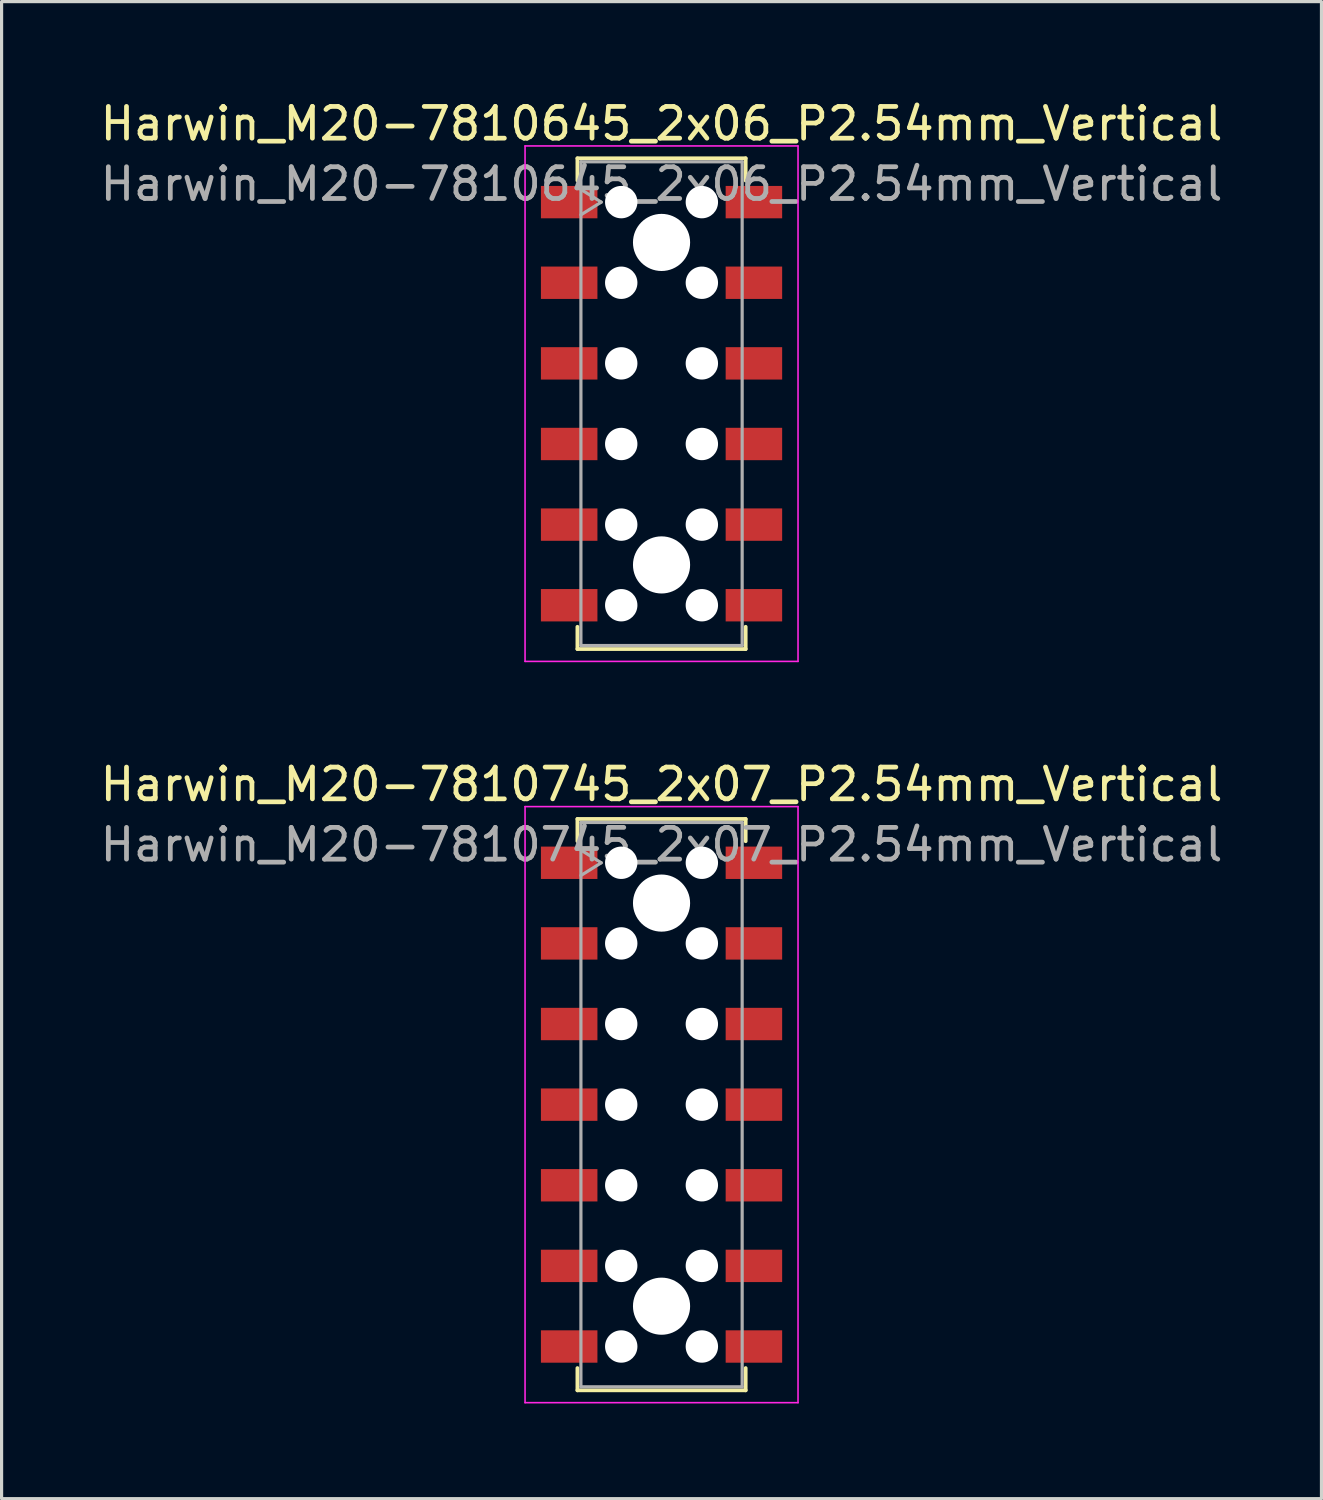
<source format=kicad_pcb>
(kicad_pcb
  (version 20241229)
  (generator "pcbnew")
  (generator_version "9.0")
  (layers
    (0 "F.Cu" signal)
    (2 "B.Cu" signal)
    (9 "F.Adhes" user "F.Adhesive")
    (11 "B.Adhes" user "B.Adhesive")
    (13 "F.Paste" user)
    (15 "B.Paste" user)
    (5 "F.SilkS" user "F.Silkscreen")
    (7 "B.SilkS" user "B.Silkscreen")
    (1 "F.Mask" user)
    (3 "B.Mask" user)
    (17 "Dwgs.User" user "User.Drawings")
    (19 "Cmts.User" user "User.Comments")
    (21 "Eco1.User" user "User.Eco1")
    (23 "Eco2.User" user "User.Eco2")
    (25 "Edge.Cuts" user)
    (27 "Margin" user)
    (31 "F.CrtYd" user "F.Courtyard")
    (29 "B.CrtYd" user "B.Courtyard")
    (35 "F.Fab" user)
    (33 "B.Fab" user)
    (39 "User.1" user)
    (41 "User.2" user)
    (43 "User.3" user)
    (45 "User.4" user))
  (footprint "Harwin_M20-7810745_2x07_P2.54mm_Vertical"
    (layer "F.Cu")
    (at 17.792 31.752)
    (property "Reference" "Harwin_M20-7810745_2x07_P2.54mm_Vertical" (at 0 -10.09 0) (layer "F.SilkS") (effects (font (size 1 1) (thickness 0.15))))
    (attr smd)
    (fp_line (start -2.65 -9) (end 2.65 -9) (stroke (width 0.12) (type solid)) (layer "F.SilkS"))
    (fp_line (start -2.65 -8.3) (end -2.65 -9) (stroke (width 0.12) (type solid)) (layer "F.SilkS"))
    (fp_line (start -2.65 8.3) (end -2.65 9) (stroke (width 0.12) (type solid)) (layer "F.SilkS"))
    (fp_line (start -2.65 9) (end 2.65 9) (stroke (width 0.12) (type solid)) (layer "F.SilkS"))
    (fp_line (start 2.65 -9) (end 2.65 -8.3) (stroke (width 0.12) (type solid)) (layer "F.SilkS"))
    (fp_line (start 2.65 9) (end 2.65 8.3) (stroke (width 0.12) (type solid)) (layer "F.SilkS"))
    (fp_line (start -4.3 -9.39) (end 4.3 -9.39) (stroke (width 0.05) (type solid)) (layer "F.CrtYd"))
    (fp_line (start -4.3 9.39) (end -4.3 -9.39) (stroke (width 0.05) (type solid)) (layer "F.CrtYd"))
    (fp_line (start 4.3 -9.39) (end 4.3 9.39) (stroke (width 0.05) (type solid)) (layer "F.CrtYd"))
    (fp_line (start 4.3 9.39) (end -4.3 9.39) (stroke (width 0.05) (type solid)) (layer "F.CrtYd"))
    (fp_line (start -2.54 -8.89) (end 2.54 -8.89) (stroke (width 0.1) (type solid)) (layer "F.Fab"))
    (fp_line (start -2.54 -8.02) (end -1.9 -7.62) (stroke (width 0.1) (type solid)) (layer "F.Fab"))
    (fp_line (start -2.54 8.89) (end -2.54 -8.89) (stroke (width 0.1) (type solid)) (layer "F.Fab"))
    (fp_line (start -1.9 -7.62) (end -2.54 -7.22) (stroke (width 0.1) (type solid)) (layer "F.Fab"))
    (fp_line (start 2.54 -8.89) (end 2.54 8.89) (stroke (width 0.1) (type solid)) (layer "F.Fab"))
    (fp_line (start 2.54 8.89) (end -2.54 8.89) (stroke (width 0.1) (type solid)) (layer "F.Fab"))
    (fp_text user "${REFERENCE}" (at 0 -8.19 0) (layer "F.Fab") (effects (font (size 1 1) (thickness 0.15))))
    (pad "" np_thru_hole circle (at -1.27 -7.62) (size 1.02 1.02) (drill 1.02) (layers "*.Cu" "*.Mask"))
    (pad "" np_thru_hole circle (at -1.27 -5.08) (size 1.02 1.02) (drill 1.02) (layers "*.Cu" "*.Mask"))
    (pad "" np_thru_hole circle (at -1.27 -2.54) (size 1.02 1.02) (drill 1.02) (layers "*.Cu" "*.Mask"))
    (pad "" np_thru_hole circle (at -1.27 0) (size 1.02 1.02) (drill 1.02) (layers "*.Cu" "*.Mask"))
    (pad "" np_thru_hole circle (at -1.27 2.54) (size 1.02 1.02) (drill 1.02) (layers "*.Cu" "*.Mask"))
    (pad "" np_thru_hole circle (at -1.27 5.08) (size 1.02 1.02) (drill 1.02) (layers "*.Cu" "*.Mask"))
    (pad "" np_thru_hole circle (at -1.27 7.62) (size 1.02 1.02) (drill 1.02) (layers "*.Cu" "*.Mask"))
    (pad "" np_thru_hole circle (at 0 -6.35) (size 1.8 1.8) (drill 1.8) (layers "*.Cu" "*.Mask"))
    (pad "" np_thru_hole circle (at 0 6.35) (size 1.8 1.8) (drill 1.8) (layers "*.Cu" "*.Mask"))
    (pad "" np_thru_hole circle (at 1.27 -7.62) (size 1.02 1.02) (drill 1.02) (layers "*.Cu" "*.Mask"))
    (pad "" np_thru_hole circle (at 1.27 -5.08) (size 1.02 1.02) (drill 1.02) (layers "*.Cu" "*.Mask"))
    (pad "" np_thru_hole circle (at 1.27 -2.54) (size 1.02 1.02) (drill 1.02) (layers "*.Cu" "*.Mask"))
    (pad "" np_thru_hole circle (at 1.27 0) (size 1.02 1.02) (drill 1.02) (layers "*.Cu" "*.Mask"))
    (pad "" np_thru_hole circle (at 1.27 2.54) (size 1.02 1.02) (drill 1.02) (layers "*.Cu" "*.Mask"))
    (pad "" np_thru_hole circle (at 1.27 5.08) (size 1.02 1.02) (drill 1.02) (layers "*.Cu" "*.Mask"))
    (pad "" np_thru_hole circle (at 1.27 7.62) (size 1.02 1.02) (drill 1.02) (layers "*.Cu" "*.Mask"))
    (pad "1" smd rect (at -2.91 -7.62) (size 1.78 1.02) (layers "F.Cu" "F.Mask" "F.Paste"))
    (pad "2" smd rect (at -2.91 -5.08) (size 1.78 1.02) (layers "F.Cu" "F.Mask" "F.Paste"))
    (pad "3" smd rect (at -2.91 -2.54) (size 1.78 1.02) (layers "F.Cu" "F.Mask" "F.Paste"))
    (pad "4" smd rect (at -2.91 0) (size 1.78 1.02) (layers "F.Cu" "F.Mask" "F.Paste"))
    (pad "5" smd rect (at -2.91 2.54) (size 1.78 1.02) (layers "F.Cu" "F.Mask" "F.Paste"))
    (pad "6" smd rect (at -2.91 5.08) (size 1.78 1.02) (layers "F.Cu" "F.Mask" "F.Paste"))
    (pad "7" smd rect (at -2.91 7.62) (size 1.78 1.02) (layers "F.Cu" "F.Mask" "F.Paste"))
    (pad "8" smd rect (at 2.91 -7.62) (size 1.78 1.02) (layers "F.Cu" "F.Mask" "F.Paste"))
    (pad "9" smd rect (at 2.91 -5.08) (size 1.78 1.02) (layers "F.Cu" "F.Mask" "F.Paste"))
    (pad "10" smd rect (at 2.91 -2.54) (size 1.78 1.02) (layers "F.Cu" "F.Mask" "F.Paste"))
    (pad "11" smd rect (at 2.91 0) (size 1.78 1.02) (layers "F.Cu" "F.Mask" "F.Paste"))
    (pad "12" smd rect (at 2.91 2.54) (size 1.78 1.02) (layers "F.Cu" "F.Mask" "F.Paste"))
    (pad "13" smd rect (at 2.91 5.08) (size 1.78 1.02) (layers "F.Cu" "F.Mask" "F.Paste"))
    (pad "14" smd rect (at 2.91 7.62) (size 1.78 1.02) (layers "F.Cu" "F.Mask" "F.Paste")))
  (footprint "Harwin_M20-7810645_2x06_P2.54mm_Vertical"
    (layer "F.Cu")
    (at 17.792 9.668)
    (property "Reference" "Harwin_M20-7810645_2x06_P2.54mm_Vertical" (at 0 -8.82 0) (layer "F.SilkS") (effects (font (size 1 1) (thickness 0.15))))
    (attr smd)
    (fp_line (start -2.65 -7.73) (end 2.65 -7.73) (stroke (width 0.12) (type solid)) (layer "F.SilkS"))
    (fp_line (start -2.65 -7.03) (end -2.65 -7.73) (stroke (width 0.12) (type solid)) (layer "F.SilkS"))
    (fp_line (start -2.65 7.03) (end -2.65 7.73) (stroke (width 0.12) (type solid)) (layer "F.SilkS"))
    (fp_line (start -2.65 7.73) (end 2.65 7.73) (stroke (width 0.12) (type solid)) (layer "F.SilkS"))
    (fp_line (start 2.65 -7.73) (end 2.65 -7.03) (stroke (width 0.12) (type solid)) (layer "F.SilkS"))
    (fp_line (start 2.65 7.73) (end 2.65 7.03) (stroke (width 0.12) (type solid)) (layer "F.SilkS"))
    (fp_line (start -4.3 -8.12) (end 4.3 -8.12) (stroke (width 0.05) (type solid)) (layer "F.CrtYd"))
    (fp_line (start -4.3 8.12) (end -4.3 -8.12) (stroke (width 0.05) (type solid)) (layer "F.CrtYd"))
    (fp_line (start 4.3 -8.12) (end 4.3 8.12) (stroke (width 0.05) (type solid)) (layer "F.CrtYd"))
    (fp_line (start 4.3 8.12) (end -4.3 8.12) (stroke (width 0.05) (type solid)) (layer "F.CrtYd"))
    (fp_line (start -2.54 -7.62) (end 2.54 -7.62) (stroke (width 0.1) (type solid)) (layer "F.Fab"))
    (fp_line (start -2.54 -6.75) (end -1.9 -6.35) (stroke (width 0.1) (type solid)) (layer "F.Fab"))
    (fp_line (start -2.54 7.62) (end -2.54 -7.62) (stroke (width 0.1) (type solid)) (layer "F.Fab"))
    (fp_line (start -1.9 -6.35) (end -2.54 -5.95) (stroke (width 0.1) (type solid)) (layer "F.Fab"))
    (fp_line (start 2.54 -7.62) (end 2.54 7.62) (stroke (width 0.1) (type solid)) (layer "F.Fab"))
    (fp_line (start 2.54 7.62) (end -2.54 7.62) (stroke (width 0.1) (type solid)) (layer "F.Fab"))
    (fp_text user "${REFERENCE}" (at 0 -6.92 0) (layer "F.Fab") (effects (font (size 1 1) (thickness 0.15))))
    (pad "" np_thru_hole circle (at -1.27 -6.35) (size 1.02 1.02) (drill 1.02) (layers "*.Cu" "*.Mask"))
    (pad "" np_thru_hole circle (at -1.27 -3.81) (size 1.02 1.02) (drill 1.02) (layers "*.Cu" "*.Mask"))
    (pad "" np_thru_hole circle (at -1.27 -1.27) (size 1.02 1.02) (drill 1.02) (layers "*.Cu" "*.Mask"))
    (pad "" np_thru_hole circle (at -1.27 1.27) (size 1.02 1.02) (drill 1.02) (layers "*.Cu" "*.Mask"))
    (pad "" np_thru_hole circle (at -1.27 3.81) (size 1.02 1.02) (drill 1.02) (layers "*.Cu" "*.Mask"))
    (pad "" np_thru_hole circle (at -1.27 6.35) (size 1.02 1.02) (drill 1.02) (layers "*.Cu" "*.Mask"))
    (pad "" np_thru_hole circle (at 0 -5.08) (size 1.8 1.8) (drill 1.8) (layers "*.Cu" "*.Mask"))
    (pad "" np_thru_hole circle (at 0 5.08) (size 1.8 1.8) (drill 1.8) (layers "*.Cu" "*.Mask"))
    (pad "" np_thru_hole circle (at 1.27 -6.35) (size 1.02 1.02) (drill 1.02) (layers "*.Cu" "*.Mask"))
    (pad "" np_thru_hole circle (at 1.27 -3.81) (size 1.02 1.02) (drill 1.02) (layers "*.Cu" "*.Mask"))
    (pad "" np_thru_hole circle (at 1.27 -1.27) (size 1.02 1.02) (drill 1.02) (layers "*.Cu" "*.Mask"))
    (pad "" np_thru_hole circle (at 1.27 1.27) (size 1.02 1.02) (drill 1.02) (layers "*.Cu" "*.Mask"))
    (pad "" np_thru_hole circle (at 1.27 3.81) (size 1.02 1.02) (drill 1.02) (layers "*.Cu" "*.Mask"))
    (pad "" np_thru_hole circle (at 1.27 6.35) (size 1.02 1.02) (drill 1.02) (layers "*.Cu" "*.Mask"))
    (pad "1" smd rect (at -2.91 -6.35) (size 1.78 1.02) (layers "F.Cu" "F.Mask" "F.Paste"))
    (pad "2" smd rect (at -2.91 -3.81) (size 1.78 1.02) (layers "F.Cu" "F.Mask" "F.Paste"))
    (pad "3" smd rect (at -2.91 -1.27) (size 1.78 1.02) (layers "F.Cu" "F.Mask" "F.Paste"))
    (pad "4" smd rect (at -2.91 1.27) (size 1.78 1.02) (layers "F.Cu" "F.Mask" "F.Paste"))
    (pad "5" smd rect (at -2.91 3.81) (size 1.78 1.02) (layers "F.Cu" "F.Mask" "F.Paste"))
    (pad "6" smd rect (at -2.91 6.35) (size 1.78 1.02) (layers "F.Cu" "F.Mask" "F.Paste"))
    (pad "7" smd rect (at 2.91 -6.35) (size 1.78 1.02) (layers "F.Cu" "F.Mask" "F.Paste"))
    (pad "8" smd rect (at 2.91 -3.81) (size 1.78 1.02) (layers "F.Cu" "F.Mask" "F.Paste"))
    (pad "9" smd rect (at 2.91 -1.27) (size 1.78 1.02) (layers "F.Cu" "F.Mask" "F.Paste"))
    (pad "10" smd rect (at 2.91 1.27) (size 1.78 1.02) (layers "F.Cu" "F.Mask" "F.Paste"))
    (pad "11" smd rect (at 2.91 3.81) (size 1.78 1.02) (layers "F.Cu" "F.Mask" "F.Paste"))
    (pad "12" smd rect (at 2.91 6.35) (size 1.78 1.02) (layers "F.Cu" "F.Mask" "F.Paste")))
  (gr_rect
    (start -3 -3)
    (end 38.583 44.166)
    (stroke (width 0.1) (type default))
    (fill no)
    (layer "Edge.Cuts")))
</source>
